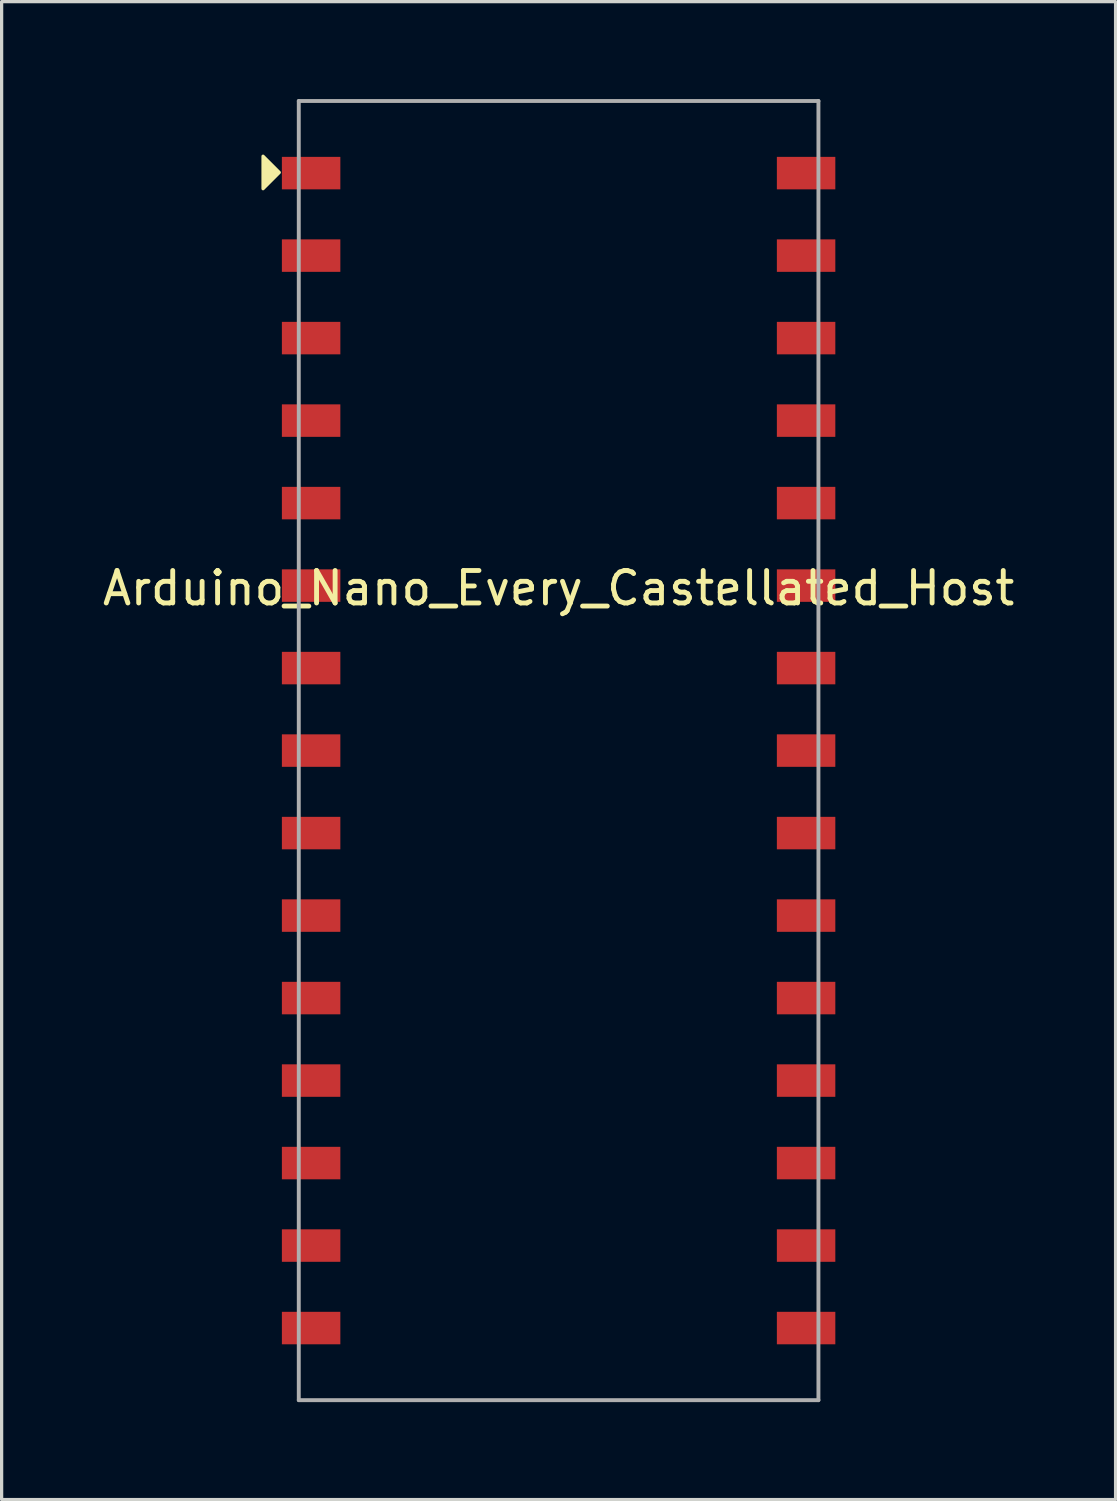
<source format=kicad_pcb>
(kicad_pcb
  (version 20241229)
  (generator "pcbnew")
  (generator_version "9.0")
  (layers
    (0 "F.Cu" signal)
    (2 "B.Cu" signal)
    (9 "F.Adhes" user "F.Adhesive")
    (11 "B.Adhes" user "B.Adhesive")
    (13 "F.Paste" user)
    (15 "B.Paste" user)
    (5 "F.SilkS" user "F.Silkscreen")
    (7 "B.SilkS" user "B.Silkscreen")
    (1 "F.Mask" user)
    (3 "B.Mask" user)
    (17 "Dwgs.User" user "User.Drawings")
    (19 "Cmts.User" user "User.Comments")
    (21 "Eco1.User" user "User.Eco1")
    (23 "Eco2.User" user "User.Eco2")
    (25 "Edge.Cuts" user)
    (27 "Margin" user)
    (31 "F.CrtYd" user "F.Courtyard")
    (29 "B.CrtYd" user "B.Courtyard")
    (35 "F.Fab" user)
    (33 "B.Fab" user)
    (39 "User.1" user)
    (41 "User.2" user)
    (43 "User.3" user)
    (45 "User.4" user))
  (footprint "Arduino_Nano_Every_Castellated_Host"
    (layer "F.Cu")
    (at 14.149 20.06)
    (property "Reference" "Arduino_Nano_Every_Castellated_Host" (at 0 -5 0) (layer "F.SilkS") (effects (font (size 1 1) (thickness 0.15))))
    (attr smd)
    (fp_poly (pts (xy -8.6 -17.8) (xy -9.1 -17.3) (xy -9.1 -18.3)) (stroke (width 0.1) (type solid)) (fill yes) (layer "F.SilkS"))
    (fp_line (start -8 -20) (end -8 20) (stroke (width 0.12) (type solid)) (layer "F.Fab"))
    (fp_line (start -8 20) (end 8 20) (stroke (width 0.12) (type solid)) (layer "F.Fab"))
    (fp_line (start 8 -20) (end -8 -20) (stroke (width 0.12) (type solid)) (layer "F.Fab"))
    (fp_line (start 8 20) (end 8 -20) (stroke (width 0.12) (type solid)) (layer "F.Fab"))
    (pad "1" smd rect (at -7.62 -17.78) (size 1.8 1) (layers "F.Cu" "F.Mask" "F.Paste"))
    (pad "2" smd rect (at -7.62 -15.24) (size 1.8 1) (layers "F.Cu" "F.Mask" "F.Paste"))
    (pad "3" smd rect (at -7.62 -12.7) (size 1.8 1) (layers "F.Cu" "F.Mask" "F.Paste"))
    (pad "4" smd rect (at -7.62 -10.16) (size 1.8 1) (layers "F.Cu" "F.Mask" "F.Paste"))
    (pad "5" smd rect (at -7.62 -7.62) (size 1.8 1) (layers "F.Cu" "F.Mask" "F.Paste"))
    (pad "6" smd rect (at -7.62 -5.08) (size 1.8 1) (layers "F.Cu" "F.Mask" "F.Paste"))
    (pad "7" smd rect (at -7.62 -2.54) (size 1.8 1) (layers "F.Cu" "F.Mask" "F.Paste"))
    (pad "8" smd rect (at -7.62 0) (size 1.8 1) (layers "F.Cu" "F.Mask" "F.Paste"))
    (pad "9" smd rect (at -7.62 2.54) (size 1.8 1) (layers "F.Cu" "F.Mask" "F.Paste"))
    (pad "10" smd rect (at -7.62 5.08) (size 1.8 1) (layers "F.Cu" "F.Mask" "F.Paste"))
    (pad "11" smd rect (at -7.62 7.62) (size 1.8 1) (layers "F.Cu" "F.Mask" "F.Paste"))
    (pad "12" smd rect (at -7.62 10.16) (size 1.8 1) (layers "F.Cu" "F.Mask" "F.Paste"))
    (pad "13" smd rect (at -7.62 12.7) (size 1.8 1) (layers "F.Cu" "F.Mask" "F.Paste"))
    (pad "14" smd rect (at -7.62 15.24) (size 1.8 1) (layers "F.Cu" "F.Mask" "F.Paste"))
    (pad "15" smd rect (at -7.62 17.78) (size 1.8 1) (layers "F.Cu" "F.Mask" "F.Paste"))
    (pad "16" smd rect (at 7.62 17.78) (size 1.8 1) (layers "F.Cu" "F.Mask" "F.Paste"))
    (pad "17" smd rect (at 7.62 15.24) (size 1.8 1) (layers "F.Cu" "F.Mask" "F.Paste"))
    (pad "18" smd rect (at 7.62 12.7) (size 1.8 1) (layers "F.Cu" "F.Mask" "F.Paste"))
    (pad "19" smd rect (at 7.62 10.16) (size 1.8 1) (layers "F.Cu" "F.Mask" "F.Paste"))
    (pad "20" smd rect (at 7.62 7.62) (size 1.8 1) (layers "F.Cu" "F.Mask" "F.Paste"))
    (pad "21" smd rect (at 7.62 5.08) (size 1.8 1) (layers "F.Cu" "F.Mask" "F.Paste"))
    (pad "22" smd rect (at 7.62 2.54) (size 1.8 1) (layers "F.Cu" "F.Mask" "F.Paste"))
    (pad "23" smd rect (at 7.62 0) (size 1.8 1) (layers "F.Cu" "F.Mask" "F.Paste"))
    (pad "24" smd rect (at 7.62 -2.54) (size 1.8 1) (layers "F.Cu" "F.Mask" "F.Paste"))
    (pad "25" smd rect (at 7.62 -5.08) (size 1.8 1) (layers "F.Cu" "F.Mask" "F.Paste"))
    (pad "26" smd rect (at 7.62 -7.62) (size 1.8 1) (layers "F.Cu" "F.Mask" "F.Paste"))
    (pad "27" smd rect (at 7.62 -10.16) (size 1.8 1) (layers "F.Cu" "F.Mask" "F.Paste"))
    (pad "28" smd rect (at 7.62 -12.7) (size 1.8 1) (layers "F.Cu" "F.Mask" "F.Paste"))
    (pad "29" smd rect (at 7.62 -15.24) (size 1.8 1) (layers "F.Cu" "F.Mask" "F.Paste"))
    (pad "30" smd rect (at 7.62 -17.78) (size 1.8 1) (layers "F.Cu" "F.Mask" "F.Paste")))
  (gr_rect
    (start -3 -3)
    (end 31.298 43.12)
    (stroke (width 0.1) (type default))
    (fill no)
    (layer "Edge.Cuts")))
</source>
